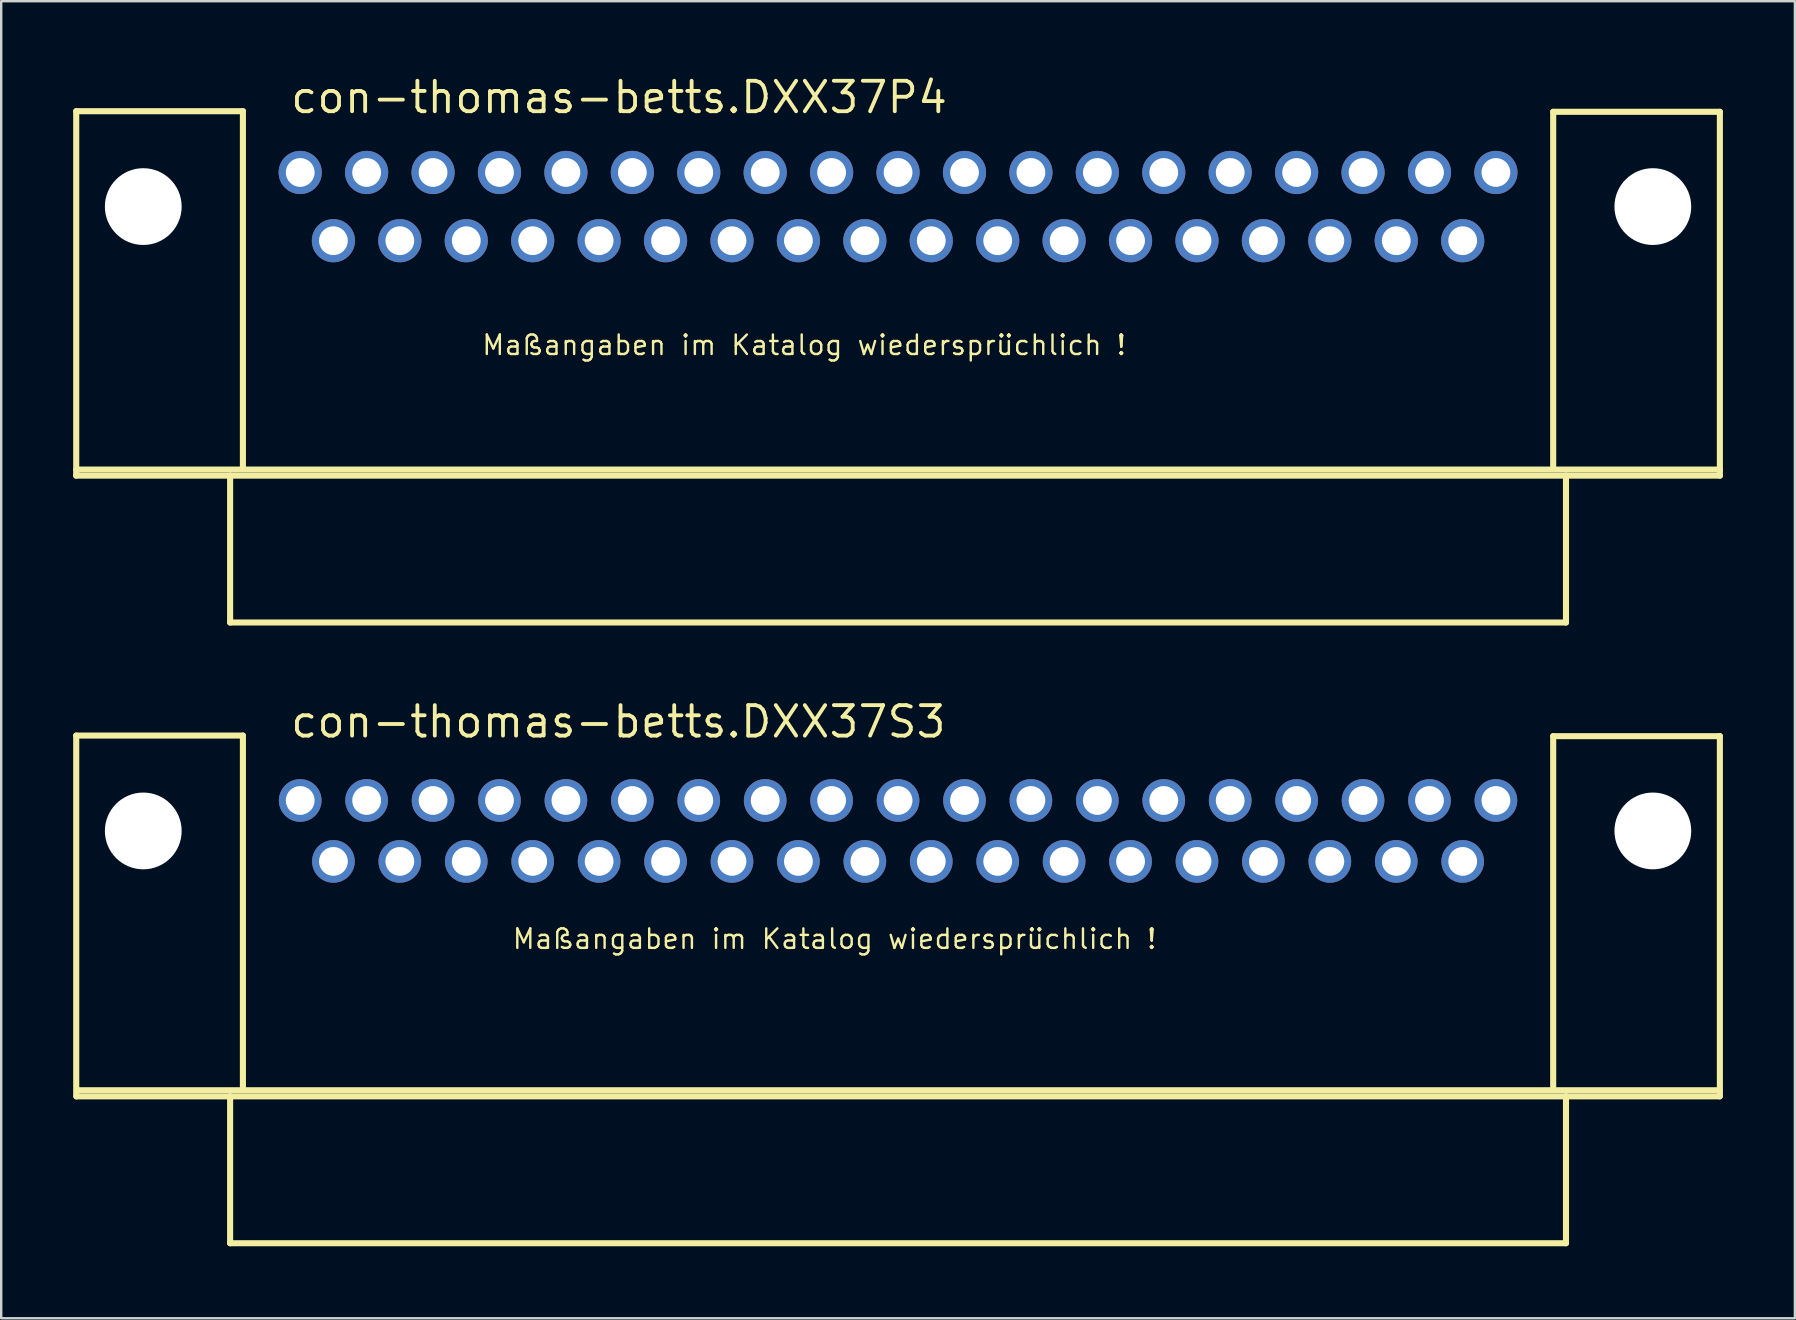
<source format=kicad_pcb>
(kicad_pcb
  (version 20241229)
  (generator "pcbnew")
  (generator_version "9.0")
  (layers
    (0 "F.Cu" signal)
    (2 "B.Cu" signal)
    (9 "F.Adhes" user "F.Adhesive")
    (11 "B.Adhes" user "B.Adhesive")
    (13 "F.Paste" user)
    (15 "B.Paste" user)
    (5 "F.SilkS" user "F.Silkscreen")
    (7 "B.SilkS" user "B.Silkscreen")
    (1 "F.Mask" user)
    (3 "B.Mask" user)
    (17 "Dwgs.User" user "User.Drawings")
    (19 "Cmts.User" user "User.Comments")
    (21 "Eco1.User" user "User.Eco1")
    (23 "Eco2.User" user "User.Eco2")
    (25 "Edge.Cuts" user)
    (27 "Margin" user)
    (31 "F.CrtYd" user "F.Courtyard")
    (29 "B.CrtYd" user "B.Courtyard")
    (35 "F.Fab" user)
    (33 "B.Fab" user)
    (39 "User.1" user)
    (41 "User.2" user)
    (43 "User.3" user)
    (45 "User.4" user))
  (footprint "con-thomas-betts.DXX37P4"
    (layer "F.Cu")
    (at 34.379 5.56)
    (property "Reference" "con-thomas-betts.DXX37P4" (at -25.4 -3.81 0) (layer "F.SilkS") (effects (font (size 1.27 1.27) (thickness 0.16)) (justify left bottom)))
    (attr through_hole)
    (fp_line (start -34.252 -3.975) (end -27.305 -3.975) (stroke (width 0.254) (type default)) (layer "F.SilkS"))
    (fp_line (start -34.252 10.96) (end 34.252 10.96) (stroke (width 0.254) (type default)) (layer "F.SilkS"))
    (fp_line (start -34.252 11.214) (end -34.252 -3.975) (stroke (width 0.254) (type default)) (layer "F.SilkS"))
    (fp_line (start -27.838 11.214) (end -34.252 11.214) (stroke (width 0.254) (type default)) (layer "F.SilkS"))
    (fp_line (start -27.838 11.214) (end 27.838 11.214) (stroke (width 0.254) (type default)) (layer "F.SilkS"))
    (fp_line (start -27.838 17.335) (end -27.838 11.214) (stroke (width 0.254) (type default)) (layer "F.SilkS"))
    (fp_line (start -27.305 -3.975) (end -27.305 10.82) (stroke (width 0.254) (type default)) (layer "F.SilkS"))
    (fp_line (start 27.305 -3.95) (end 27.305 10.82) (stroke (width 0.254) (type default)) (layer "F.SilkS"))
    (fp_line (start 27.838 11.214) (end 27.838 17.335) (stroke (width 0.254) (type default)) (layer "F.SilkS"))
    (fp_line (start 27.838 17.335) (end -27.838 17.335) (stroke (width 0.254) (type default)) (layer "F.SilkS"))
    (fp_line (start 34.252 -3.95) (end 27.305 -3.95) (stroke (width 0.254) (type default)) (layer "F.SilkS"))
    (fp_line (start 34.252 -3.95) (end 34.252 11.214) (stroke (width 0.254) (type default)) (layer "F.SilkS"))
    (fp_line (start 34.252 11.214) (end 27.838 11.214) (stroke (width 0.254) (type default)) (layer "F.SilkS"))
    (fp_text user "Maßangaben im Katalog wiedersprüchlich !" (at -17.399 6.248 0) (layer "F.SilkS") (effects (font (size 0.813 0.813) (thickness 0.1)) (justify left bottom)))
    (pad "" np_thru_hole circle (at -31.458 0) (size 3.2 3.2) (drill 3.2) (layers "*.Cu" "*.Mask"))
    (pad "" np_thru_hole circle (at 31.458 0) (size 3.2 3.2) (drill 3.2) (layers "*.Cu" "*.Mask"))
    (pad "1" thru_hole circle (at -24.917 -1.422) (size 1.8 1.8) (drill 1.2) (layers "*.Cu" "*.Mask"))
    (pad "2" thru_hole circle (at -22.149 -1.422) (size 1.8 1.8) (drill 1.2) (layers "*.Cu" "*.Mask"))
    (pad "3" thru_hole circle (at -19.38 -1.422) (size 1.8 1.8) (drill 1.2) (layers "*.Cu" "*.Mask"))
    (pad "4" thru_hole circle (at -16.612 -1.422) (size 1.8 1.8) (drill 1.2) (layers "*.Cu" "*.Mask"))
    (pad "5" thru_hole circle (at -13.843 -1.422) (size 1.8 1.8) (drill 1.2) (layers "*.Cu" "*.Mask"))
    (pad "6" thru_hole circle (at -11.074 -1.422) (size 1.8 1.8) (drill 1.2) (layers "*.Cu" "*.Mask"))
    (pad "7" thru_hole circle (at -8.306 -1.422) (size 1.8 1.8) (drill 1.2) (layers "*.Cu" "*.Mask"))
    (pad "8" thru_hole circle (at -5.537 -1.422) (size 1.8 1.8) (drill 1.2) (layers "*.Cu" "*.Mask"))
    (pad "9" thru_hole circle (at -2.769 -1.422) (size 1.8 1.8) (drill 1.2) (layers "*.Cu" "*.Mask"))
    (pad "10" thru_hole circle (at 0 -1.422) (size 1.8 1.8) (drill 1.2) (layers "*.Cu" "*.Mask"))
    (pad "11" thru_hole circle (at 2.769 -1.422) (size 1.8 1.8) (drill 1.2) (layers "*.Cu" "*.Mask"))
    (pad "12" thru_hole circle (at 5.537 -1.422) (size 1.8 1.8) (drill 1.2) (layers "*.Cu" "*.Mask"))
    (pad "13" thru_hole circle (at 8.306 -1.422) (size 1.8 1.8) (drill 1.2) (layers "*.Cu" "*.Mask"))
    (pad "14" thru_hole circle (at 11.074 -1.422) (size 1.8 1.8) (drill 1.2) (layers "*.Cu" "*.Mask"))
    (pad "15" thru_hole circle (at 13.843 -1.422) (size 1.8 1.8) (drill 1.2) (layers "*.Cu" "*.Mask"))
    (pad "16" thru_hole circle (at 16.612 -1.422) (size 1.8 1.8) (drill 1.2) (layers "*.Cu" "*.Mask"))
    (pad "17" thru_hole circle (at 19.38 -1.422) (size 1.8 1.8) (drill 1.2) (layers "*.Cu" "*.Mask"))
    (pad "18" thru_hole circle (at 22.149 -1.422) (size 1.8 1.8) (drill 1.2) (layers "*.Cu" "*.Mask"))
    (pad "19" thru_hole circle (at 24.917 -1.422) (size 1.8 1.8) (drill 1.2) (layers "*.Cu" "*.Mask"))
    (pad "20" thru_hole circle (at -23.533 1.422) (size 1.8 1.8) (drill 1.2) (layers "*.Cu" "*.Mask"))
    (pad "21" thru_hole circle (at -20.765 1.422) (size 1.8 1.8) (drill 1.2) (layers "*.Cu" "*.Mask"))
    (pad "22" thru_hole circle (at -17.996 1.422) (size 1.8 1.8) (drill 1.2) (layers "*.Cu" "*.Mask"))
    (pad "23" thru_hole circle (at -15.227 1.422) (size 1.8 1.8) (drill 1.2) (layers "*.Cu" "*.Mask"))
    (pad "24" thru_hole circle (at -12.459 1.422) (size 1.8 1.8) (drill 1.2) (layers "*.Cu" "*.Mask"))
    (pad "25" thru_hole circle (at -9.69 1.422) (size 1.8 1.8) (drill 1.2) (layers "*.Cu" "*.Mask"))
    (pad "26" thru_hole circle (at -6.921 1.422) (size 1.8 1.8) (drill 1.2) (layers "*.Cu" "*.Mask"))
    (pad "27" thru_hole circle (at -4.153 1.422) (size 1.8 1.8) (drill 1.2) (layers "*.Cu" "*.Mask"))
    (pad "28" thru_hole circle (at -1.384 1.422) (size 1.8 1.8) (drill 1.2) (layers "*.Cu" "*.Mask"))
    (pad "29" thru_hole circle (at 1.384 1.422) (size 1.8 1.8) (drill 1.2) (layers "*.Cu" "*.Mask"))
    (pad "30" thru_hole circle (at 4.153 1.422) (size 1.8 1.8) (drill 1.2) (layers "*.Cu" "*.Mask"))
    (pad "31" thru_hole circle (at 6.921 1.422) (size 1.8 1.8) (drill 1.2) (layers "*.Cu" "*.Mask"))
    (pad "32" thru_hole circle (at 9.69 1.422) (size 1.8 1.8) (drill 1.2) (layers "*.Cu" "*.Mask"))
    (pad "33" thru_hole circle (at 12.459 1.422) (size 1.8 1.8) (drill 1.2) (layers "*.Cu" "*.Mask"))
    (pad "34" thru_hole circle (at 15.227 1.422) (size 1.8 1.8) (drill 1.2) (layers "*.Cu" "*.Mask"))
    (pad "35" thru_hole circle (at 17.996 1.422) (size 1.8 1.8) (drill 1.2) (layers "*.Cu" "*.Mask"))
    (pad "36" thru_hole circle (at 20.765 1.422) (size 1.8 1.8) (drill 1.2) (layers "*.Cu" "*.Mask"))
    (pad "37" thru_hole circle (at 23.533 1.422) (size 1.8 1.8) (drill 1.2) (layers "*.Cu" "*.Mask")))
  (footprint "con-thomas-betts.DXX37S3"
    (layer "F.Cu")
    (at 34.379 31.582)
    (property "Reference" "con-thomas-betts.DXX37S3" (at -25.4 -3.81 0) (layer "F.SilkS") (effects (font (size 1.27 1.27) (thickness 0.16)) (justify left bottom)))
    (attr through_hole)
    (fp_line (start -34.252 -3.975) (end -27.305 -3.975) (stroke (width 0.254) (type default)) (layer "F.SilkS"))
    (fp_line (start -34.252 11.062) (end -34.252 -3.975) (stroke (width 0.254) (type default)) (layer "F.SilkS"))
    (fp_line (start -34.214 10.808) (end 34.239 10.808) (stroke (width 0.254) (type default)) (layer "F.SilkS"))
    (fp_line (start -27.838 11.062) (end -34.239 11.062) (stroke (width 0.254) (type default)) (layer "F.SilkS"))
    (fp_line (start -27.838 11.062) (end 27.838 11.062) (stroke (width 0.254) (type default)) (layer "F.SilkS"))
    (fp_line (start -27.838 17.183) (end -27.838 11.062) (stroke (width 0.254) (type default)) (layer "F.SilkS"))
    (fp_line (start -27.305 -3.975) (end -27.305 10.668) (stroke (width 0.254) (type default)) (layer "F.SilkS"))
    (fp_line (start 27.305 -3.95) (end 27.305 10.668) (stroke (width 0.254) (type default)) (layer "F.SilkS"))
    (fp_line (start 27.838 11.062) (end 27.838 17.183) (stroke (width 0.254) (type default)) (layer "F.SilkS"))
    (fp_line (start 27.838 17.183) (end -27.838 17.183) (stroke (width 0.254) (type default)) (layer "F.SilkS"))
    (fp_line (start 34.239 11.062) (end 27.838 11.062) (stroke (width 0.254) (type default)) (layer "F.SilkS"))
    (fp_line (start 34.252 -3.95) (end 27.305 -3.95) (stroke (width 0.254) (type default)) (layer "F.SilkS"))
    (fp_line (start 34.252 -3.95) (end 34.252 11.062) (stroke (width 0.254) (type default)) (layer "F.SilkS"))
    (fp_text user "Maßangaben im Katalog wiedersprüchlich !" (at -16.129 4.978 0) (layer "F.SilkS") (effects (font (size 0.813 0.813) (thickness 0.1)) (justify left bottom)))
    (pad "" np_thru_hole circle (at -31.458 0) (size 3.2 3.2) (drill 3.2) (layers "*.Cu" "*.Mask"))
    (pad "" np_thru_hole circle (at 31.458 0) (size 3.2 3.2) (drill 3.2) (layers "*.Cu" "*.Mask"))
    (pad "1" thru_hole circle (at 24.917 -1.27) (size 1.778 1.778) (drill 1.2) (layers "*.Cu" "*.Mask"))
    (pad "2" thru_hole circle (at 22.149 -1.27) (size 1.778 1.778) (drill 1.2) (layers "*.Cu" "*.Mask"))
    (pad "3" thru_hole circle (at 19.38 -1.27) (size 1.778 1.778) (drill 1.2) (layers "*.Cu" "*.Mask"))
    (pad "4" thru_hole circle (at 16.612 -1.27) (size 1.778 1.778) (drill 1.2) (layers "*.Cu" "*.Mask"))
    (pad "5" thru_hole circle (at 13.843 -1.27) (size 1.778 1.778) (drill 1.2) (layers "*.Cu" "*.Mask"))
    (pad "6" thru_hole circle (at 11.074 -1.27) (size 1.778 1.778) (drill 1.2) (layers "*.Cu" "*.Mask"))
    (pad "7" thru_hole circle (at 8.306 -1.27) (size 1.778 1.778) (drill 1.2) (layers "*.Cu" "*.Mask"))
    (pad "8" thru_hole circle (at 5.537 -1.27) (size 1.778 1.778) (drill 1.2) (layers "*.Cu" "*.Mask"))
    (pad "9" thru_hole circle (at 2.769 -1.27) (size 1.778 1.778) (drill 1.2) (layers "*.Cu" "*.Mask"))
    (pad "10" thru_hole circle (at 0 -1.27) (size 1.778 1.778) (drill 1.2) (layers "*.Cu" "*.Mask"))
    (pad "11" thru_hole circle (at -2.769 -1.27) (size 1.778 1.778) (drill 1.2) (layers "*.Cu" "*.Mask"))
    (pad "12" thru_hole circle (at -5.537 -1.27) (size 1.778 1.778) (drill 1.2) (layers "*.Cu" "*.Mask"))
    (pad "13" thru_hole circle (at -8.306 -1.27) (size 1.778 1.778) (drill 1.2) (layers "*.Cu" "*.Mask"))
    (pad "14" thru_hole circle (at -11.074 -1.27) (size 1.778 1.778) (drill 1.2) (layers "*.Cu" "*.Mask"))
    (pad "15" thru_hole circle (at -13.843 -1.27) (size 1.778 1.778) (drill 1.2) (layers "*.Cu" "*.Mask"))
    (pad "16" thru_hole circle (at -16.612 -1.27) (size 1.778 1.778) (drill 1.2) (layers "*.Cu" "*.Mask"))
    (pad "17" thru_hole circle (at -19.38 -1.27) (size 1.778 1.778) (drill 1.2) (layers "*.Cu" "*.Mask"))
    (pad "18" thru_hole circle (at -22.149 -1.27) (size 1.778 1.778) (drill 1.2) (layers "*.Cu" "*.Mask"))
    (pad "19" thru_hole circle (at -24.917 -1.27) (size 1.778 1.778) (drill 1.2) (layers "*.Cu" "*.Mask"))
    (pad "20" thru_hole circle (at 23.533 1.27) (size 1.778 1.778) (drill 1.2) (layers "*.Cu" "*.Mask"))
    (pad "21" thru_hole circle (at 20.765 1.27) (size 1.778 1.778) (drill 1.2) (layers "*.Cu" "*.Mask"))
    (pad "22" thru_hole circle (at 17.996 1.27) (size 1.778 1.778) (drill 1.2) (layers "*.Cu" "*.Mask"))
    (pad "23" thru_hole circle (at 15.227 1.27) (size 1.778 1.778) (drill 1.2) (layers "*.Cu" "*.Mask"))
    (pad "24" thru_hole circle (at 12.459 1.27) (size 1.778 1.778) (drill 1.2) (layers "*.Cu" "*.Mask"))
    (pad "25" thru_hole circle (at 9.69 1.27) (size 1.778 1.778) (drill 1.2) (layers "*.Cu" "*.Mask"))
    (pad "26" thru_hole circle (at 6.921 1.27) (size 1.778 1.778) (drill 1.2) (layers "*.Cu" "*.Mask"))
    (pad "27" thru_hole circle (at 4.153 1.27) (size 1.778 1.778) (drill 1.2) (layers "*.Cu" "*.Mask"))
    (pad "28" thru_hole circle (at 1.384 1.27) (size 1.778 1.778) (drill 1.2) (layers "*.Cu" "*.Mask"))
    (pad "29" thru_hole circle (at -1.384 1.27) (size 1.778 1.778) (drill 1.2) (layers "*.Cu" "*.Mask"))
    (pad "30" thru_hole circle (at -4.153 1.27) (size 1.778 1.778) (drill 1.2) (layers "*.Cu" "*.Mask"))
    (pad "31" thru_hole circle (at -6.921 1.27) (size 1.778 1.778) (drill 1.2) (layers "*.Cu" "*.Mask"))
    (pad "32" thru_hole circle (at -9.69 1.27) (size 1.778 1.778) (drill 1.2) (layers "*.Cu" "*.Mask"))
    (pad "33" thru_hole circle (at -12.459 1.27) (size 1.778 1.778) (drill 1.2) (layers "*.Cu" "*.Mask"))
    (pad "34" thru_hole circle (at -15.227 1.27) (size 1.778 1.778) (drill 1.2) (layers "*.Cu" "*.Mask"))
    (pad "35" thru_hole circle (at -17.996 1.27) (size 1.778 1.778) (drill 1.2) (layers "*.Cu" "*.Mask"))
    (pad "36" thru_hole circle (at -20.765 1.27) (size 1.778 1.778) (drill 1.2) (layers "*.Cu" "*.Mask"))
    (pad "37" thru_hole circle (at -23.533 1.27) (size 1.778 1.778) (drill 1.2) (layers "*.Cu" "*.Mask")))
  (gr_rect
    (start -3 -3)
    (end 71.758 51.893)
    (stroke (width 0.1) (type default))
    (fill no)
    (layer "Edge.Cuts")))
</source>
